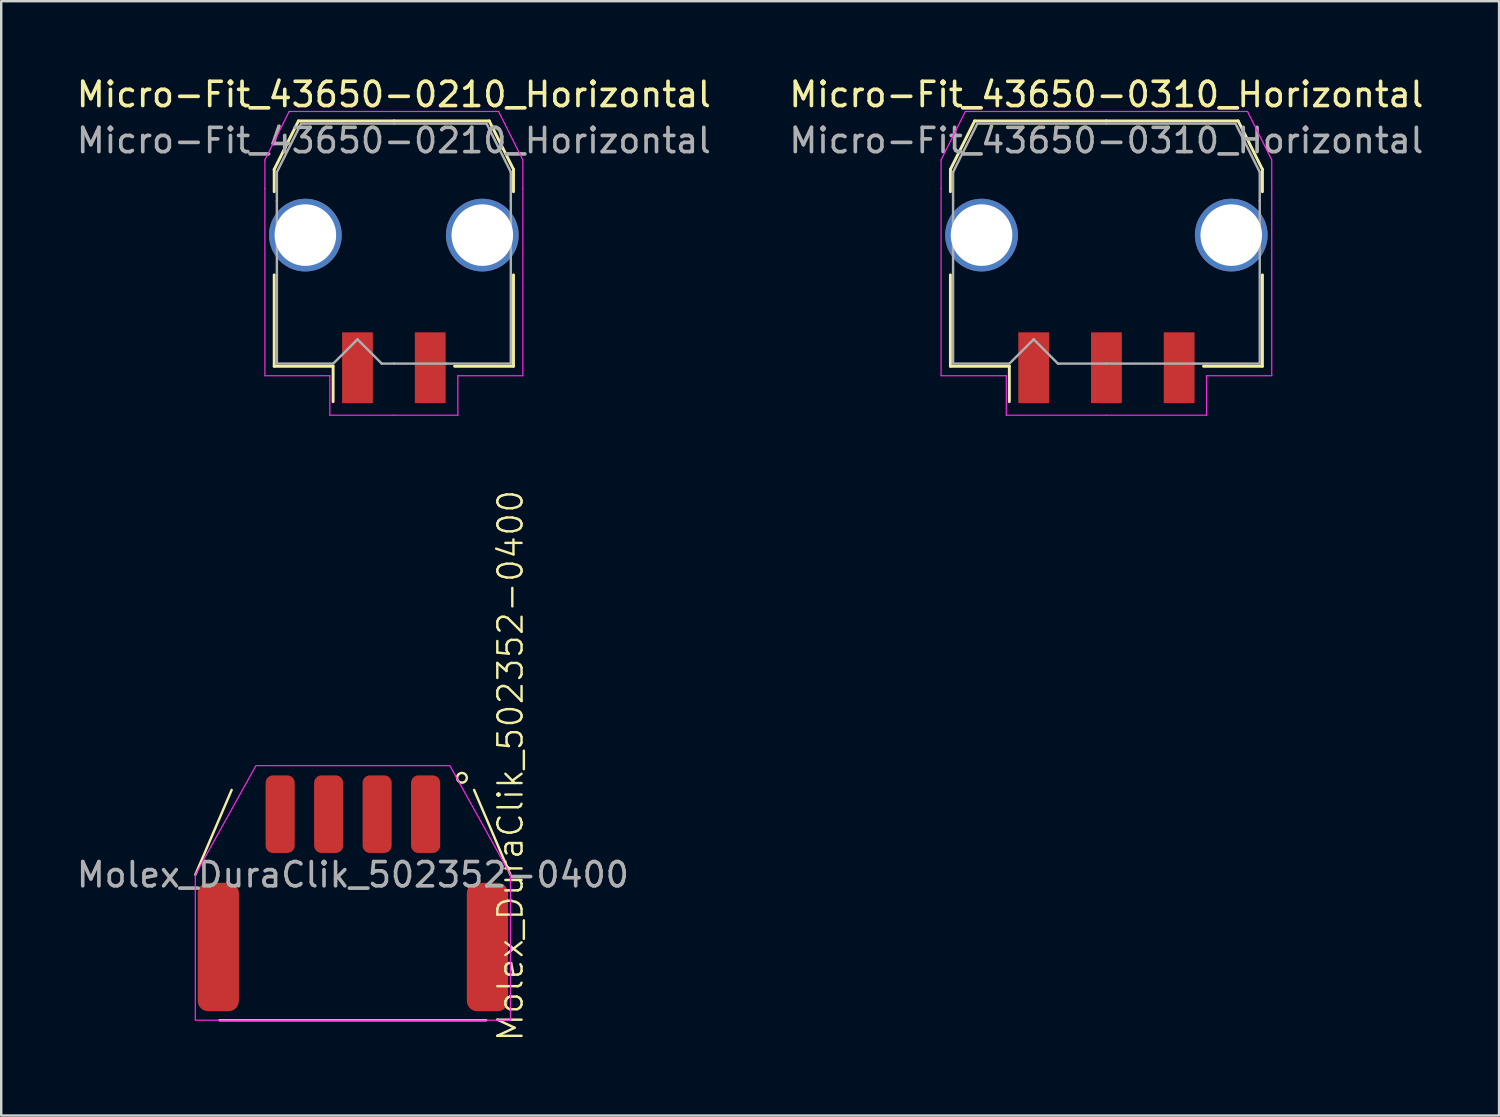
<source format=kicad_pcb>
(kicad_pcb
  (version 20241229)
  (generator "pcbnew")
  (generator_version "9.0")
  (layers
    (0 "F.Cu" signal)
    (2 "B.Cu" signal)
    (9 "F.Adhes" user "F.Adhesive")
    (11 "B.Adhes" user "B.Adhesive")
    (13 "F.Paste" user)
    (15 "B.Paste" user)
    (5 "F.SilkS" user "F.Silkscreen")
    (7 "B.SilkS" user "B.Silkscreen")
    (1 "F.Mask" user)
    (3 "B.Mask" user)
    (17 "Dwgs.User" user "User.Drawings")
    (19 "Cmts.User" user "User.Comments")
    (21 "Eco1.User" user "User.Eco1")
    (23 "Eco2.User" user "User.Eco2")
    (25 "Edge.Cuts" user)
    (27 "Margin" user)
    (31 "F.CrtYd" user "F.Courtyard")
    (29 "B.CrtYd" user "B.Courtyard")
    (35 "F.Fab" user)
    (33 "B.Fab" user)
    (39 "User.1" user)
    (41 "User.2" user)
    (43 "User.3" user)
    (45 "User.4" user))
  (footprint "Micro-Fit_43650-0310_Horizontal"
    (layer "F.Cu")
    (at 42.589 6.998)
    (property "Reference" "Micro-Fit_43650-0310_Horizontal" (at 0 -6.15 0) (layer "F.SilkS") (effects (font (size 1 1) (thickness 0.15))))
    (attr smd)
    (fp_line (start -6.435 -3.06) (end -6.435 -2.14) (stroke (width 0.12) (type solid)) (layer "F.SilkS"))
    (fp_line (start -6.435 1.29) (end -6.435 5.06) (stroke (width 0.12) (type solid)) (layer "F.SilkS"))
    (fp_line (start -6.435 5.06) (end -4.005 5.06) (stroke (width 0.12) (type solid)) (layer "F.SilkS"))
    (fp_line (start -5.435 -5.06) (end -6.435 -3.06) (stroke (width 0.12) (type solid)) (layer "F.SilkS"))
    (fp_line (start -4.005 5.06) (end -4.005 6.52) (stroke (width 0.12) (type solid)) (layer "F.SilkS"))
    (fp_line (start 0 -5.06) (end -5.435 -5.06) (stroke (width 0.12) (type solid)) (layer "F.SilkS"))
    (fp_line (start 0 -5.06) (end 5.435 -5.06) (stroke (width 0.12) (type solid)) (layer "F.SilkS"))
    (fp_line (start 5.435 -5.06) (end 6.435 -3.06) (stroke (width 0.12) (type solid)) (layer "F.SilkS"))
    (fp_line (start 6.435 -3.06) (end 6.435 -2.14) (stroke (width 0.12) (type solid)) (layer "F.SilkS"))
    (fp_line (start 6.435 1.29) (end 6.435 5.06) (stroke (width 0.12) (type solid)) (layer "F.SilkS"))
    (fp_line (start 6.435 5.06) (end 4.005 5.06) (stroke (width 0.12) (type solid)) (layer "F.SilkS"))
    (fp_line (start -6.82 -3.45) (end -6.82 -2.27) (stroke (width 0.05) (type solid)) (layer "F.CrtYd"))
    (fp_line (start -6.82 -2.27) (end -6.82 5.45) (stroke (width 0.05) (type solid)) (layer "F.CrtYd"))
    (fp_line (start -6.82 5.45) (end -4.13 5.45) (stroke (width 0.05) (type solid)) (layer "F.CrtYd"))
    (fp_line (start -5.82 -5.45) (end -6.82 -3.45) (stroke (width 0.05) (type solid)) (layer "F.CrtYd"))
    (fp_line (start -4.13 5.45) (end -4.13 7.08) (stroke (width 0.05) (type solid)) (layer "F.CrtYd"))
    (fp_line (start -4.13 7.08) (end 0 7.08) (stroke (width 0.05) (type solid)) (layer "F.CrtYd"))
    (fp_line (start 0 -5.45) (end -5.82 -5.45) (stroke (width 0.05) (type solid)) (layer "F.CrtYd"))
    (fp_line (start 0 -5.45) (end 5.82 -5.45) (stroke (width 0.05) (type solid)) (layer "F.CrtYd"))
    (fp_line (start 4.13 5.45) (end 4.13 7.08) (stroke (width 0.05) (type solid)) (layer "F.CrtYd"))
    (fp_line (start 4.13 7.08) (end 0 7.08) (stroke (width 0.05) (type solid)) (layer "F.CrtYd"))
    (fp_line (start 5.82 -5.45) (end 6.82 -3.45) (stroke (width 0.05) (type solid)) (layer "F.CrtYd"))
    (fp_line (start 6.82 -3.45) (end 6.82 -2.27) (stroke (width 0.05) (type solid)) (layer "F.CrtYd"))
    (fp_line (start 6.82 -2.27) (end 6.82 5.45) (stroke (width 0.05) (type solid)) (layer "F.CrtYd"))
    (fp_line (start 6.82 5.45) (end 4.13 5.45) (stroke (width 0.05) (type solid)) (layer "F.CrtYd"))
    (fp_line (start -6.325 -2.95) (end -6.325 -1.77) (stroke (width 0.1) (type solid)) (layer "F.Fab"))
    (fp_line (start -6.325 -1.77) (end -6.325 4.95) (stroke (width 0.1) (type solid)) (layer "F.Fab"))
    (fp_line (start -6.325 4.95) (end -4 4.95) (stroke (width 0.1) (type solid)) (layer "F.Fab"))
    (fp_line (start -5.325 -4.95) (end -6.325 -2.95) (stroke (width 0.1) (type solid)) (layer "F.Fab"))
    (fp_line (start -4 4.95) (end -3 3.95) (stroke (width 0.1) (type solid)) (layer "F.Fab"))
    (fp_line (start -3 3.95) (end -2 4.95) (stroke (width 0.1) (type solid)) (layer "F.Fab"))
    (fp_line (start -2 4.95) (end 0 4.95) (stroke (width 0.1) (type solid)) (layer "F.Fab"))
    (fp_line (start 0 -4.95) (end -5.325 -4.95) (stroke (width 0.1) (type solid)) (layer "F.Fab"))
    (fp_line (start 0 -4.95) (end 5.325 -4.95) (stroke (width 0.1) (type solid)) (layer "F.Fab"))
    (fp_line (start 3.635 4.95) (end 0 4.95) (stroke (width 0.1) (type solid)) (layer "F.Fab"))
    (fp_line (start 5.325 -4.95) (end 6.325 -2.95) (stroke (width 0.1) (type solid)) (layer "F.Fab"))
    (fp_line (start 6.325 -2.95) (end 6.325 -1.77) (stroke (width 0.1) (type solid)) (layer "F.Fab"))
    (fp_line (start 6.325 -1.77) (end 6.325 4.95) (stroke (width 0.1) (type solid)) (layer "F.Fab"))
    (fp_line (start 6.325 4.95) (end 3.635 4.95) (stroke (width 0.1) (type solid)) (layer "F.Fab"))
    (fp_text user "${REFERENCE}" (at 0 -4.25 0) (layer "F.Fab") (effects (font (size 1 1) (thickness 0.15))))
    (pad "1" smd rect (at -3 5.12) (size 1.27 2.92) (layers "F.Cu" "F.Mask" "F.Paste"))
    (pad "2" smd rect (at 0 5.12) (size 1.27 2.92) (layers "F.Cu" "F.Mask" "F.Paste"))
    (pad "3" smd rect (at 3 5.12) (size 1.27 2.92) (layers "F.Cu" "F.Mask" "F.Paste"))
    (pad "MP" thru_hole circle (at -5.15 -0.35) (size 3 3) (drill 2.54) (layers "*.Cu" "*.Mask"))
    (pad "MP" thru_hole circle (at 5.15 -0.35) (size 3 3) (drill 2.54) (layers "*.Cu" "*.Mask")))
  (footprint "Molex_DuraClik_502352-0400"
    (layer "F.Cu")
    (at 11.506 30.534)
    (property "Reference" "Molex_DuraClik_502352-0400" (at 6.5 -2 90) (unlocked yes) (layer "F.SilkS") (effects (font (size 1 1) (thickness 0.1))))
    (attr smd)
    (fp_line (start -5 -1) (end -6.5 2.5) (stroke (width 0.1) (type default)) (layer "F.SilkS"))
    (fp_line (start 5 -1) (end 6.5 2.5) (stroke (width 0.1) (type default)) (layer "F.SilkS"))
    (fp_line (start 5.5 8.5) (end -5.5 8.5) (stroke (width 0.1) (type default)) (layer "F.SilkS"))
    (fp_circle (center 4.5 -1.5) (end 4.5 -1.7) (stroke (width 0.1) (type default)) (fill no) (layer "F.SilkS"))
    (fp_poly (pts (xy -6.5 8.5) (xy 6.5 8.5) (xy 6.5 2.5) (xy 4 -2) (xy -4 -2) (xy -6.5 2.5)) (stroke (width 0.05) (type solid)) (fill no) (layer "F.CrtYd"))
    (fp_text user "${REFERENCE}" (at 0 2.5 0) (unlocked yes) (layer "F.Fab") (effects (font (size 1 1) (thickness 0.15))))
    (pad "1" smd roundrect (at 3 0) (size 1.2 3.2) (layers "F.Cu" "F.Mask" "F.Paste") (roundrect_rratio 0.25))
    (pad "2" smd roundrect (at 1 0) (size 1.2 3.2) (layers "F.Cu" "F.Mask" "F.Paste") (roundrect_rratio 0.25))
    (pad "3" smd roundrect (at -1 0) (size 1.2 3.2) (layers "F.Cu" "F.Mask" "F.Paste") (roundrect_rratio 0.25))
    (pad "4" smd roundrect (at -3 0) (size 1.2 3.2) (layers "F.Cu" "F.Mask" "F.Paste") (roundrect_rratio 0.25))
    (pad "MP" smd roundrect (at -5.55 5.48) (size 1.7 5.3) (layers "F.Cu" "F.Mask" "F.Paste") (roundrect_rratio 0.25))
    (pad "MP" smd roundrect (at 5.55 5.48) (size 1.7 5.3) (layers "F.Cu" "F.Mask" "F.Paste") (roundrect_rratio 0.25)))
  (footprint "Micro-Fit_43650-0210_Horizontal"
    (layer "F.Cu")
    (at 13.196 6.998)
    (property "Reference" "Micro-Fit_43650-0210_Horizontal" (at 0 -6.15 0) (layer "F.SilkS") (effects (font (size 1 1) (thickness 0.15))))
    (attr smd)
    (fp_line (start -4.935 -3.06) (end -4.935 -2.14) (stroke (width 0.12) (type solid)) (layer "F.SilkS"))
    (fp_line (start -4.935 1.29) (end -4.935 5.06) (stroke (width 0.12) (type solid)) (layer "F.SilkS"))
    (fp_line (start -4.935 5.06) (end -2.505 5.06) (stroke (width 0.12) (type solid)) (layer "F.SilkS"))
    (fp_line (start -3.935 -5.06) (end -4.935 -3.06) (stroke (width 0.12) (type solid)) (layer "F.SilkS"))
    (fp_line (start -2.505 5.06) (end -2.505 6.52) (stroke (width 0.12) (type solid)) (layer "F.SilkS"))
    (fp_line (start 0 -5.06) (end -3.935 -5.06) (stroke (width 0.12) (type solid)) (layer "F.SilkS"))
    (fp_line (start 0 -5.06) (end 3.935 -5.06) (stroke (width 0.12) (type solid)) (layer "F.SilkS"))
    (fp_line (start 3.935 -5.06) (end 4.935 -3.06) (stroke (width 0.12) (type solid)) (layer "F.SilkS"))
    (fp_line (start 4.935 -3.06) (end 4.935 -2.14) (stroke (width 0.12) (type solid)) (layer "F.SilkS"))
    (fp_line (start 4.935 1.29) (end 4.935 5.06) (stroke (width 0.12) (type solid)) (layer "F.SilkS"))
    (fp_line (start 4.935 5.06) (end 2.505 5.06) (stroke (width 0.12) (type solid)) (layer "F.SilkS"))
    (fp_line (start -5.32 -3.45) (end -5.32 -2.27) (stroke (width 0.05) (type solid)) (layer "F.CrtYd"))
    (fp_line (start -5.32 -2.27) (end -5.32 5.45) (stroke (width 0.05) (type solid)) (layer "F.CrtYd"))
    (fp_line (start -5.32 5.45) (end -2.64 5.45) (stroke (width 0.05) (type solid)) (layer "F.CrtYd"))
    (fp_line (start -4.32 -5.45) (end -5.32 -3.45) (stroke (width 0.05) (type solid)) (layer "F.CrtYd"))
    (fp_line (start -2.64 5.45) (end -2.64 7.08) (stroke (width 0.05) (type solid)) (layer "F.CrtYd"))
    (fp_line (start -2.64 7.08) (end 0 7.08) (stroke (width 0.05) (type solid)) (layer "F.CrtYd"))
    (fp_line (start 0 -5.45) (end -4.32 -5.45) (stroke (width 0.05) (type solid)) (layer "F.CrtYd"))
    (fp_line (start 0 -5.45) (end 4.32 -5.45) (stroke (width 0.05) (type solid)) (layer "F.CrtYd"))
    (fp_line (start 2.64 5.45) (end 2.64 7.08) (stroke (width 0.05) (type solid)) (layer "F.CrtYd"))
    (fp_line (start 2.64 7.08) (end 0 7.08) (stroke (width 0.05) (type solid)) (layer "F.CrtYd"))
    (fp_line (start 4.32 -5.45) (end 5.32 -3.45) (stroke (width 0.05) (type solid)) (layer "F.CrtYd"))
    (fp_line (start 5.32 -3.45) (end 5.32 -2.27) (stroke (width 0.05) (type solid)) (layer "F.CrtYd"))
    (fp_line (start 5.32 -2.27) (end 5.32 5.45) (stroke (width 0.05) (type solid)) (layer "F.CrtYd"))
    (fp_line (start 5.32 5.45) (end 2.64 5.45) (stroke (width 0.05) (type solid)) (layer "F.CrtYd"))
    (fp_line (start -4.825 -2.95) (end -4.825 -1.77) (stroke (width 0.1) (type solid)) (layer "F.Fab"))
    (fp_line (start -4.825 -1.77) (end -4.825 4.95) (stroke (width 0.1) (type solid)) (layer "F.Fab"))
    (fp_line (start -4.825 4.95) (end -2.5 4.95) (stroke (width 0.1) (type solid)) (layer "F.Fab"))
    (fp_line (start -3.825 -4.95) (end -4.825 -2.95) (stroke (width 0.1) (type solid)) (layer "F.Fab"))
    (fp_line (start -2.5 4.95) (end -1.5 3.95) (stroke (width 0.1) (type solid)) (layer "F.Fab"))
    (fp_line (start -1.5 3.95) (end -0.5 4.95) (stroke (width 0.1) (type solid)) (layer "F.Fab"))
    (fp_line (start -0.5 4.95) (end 0 4.95) (stroke (width 0.1) (type solid)) (layer "F.Fab"))
    (fp_line (start 0 -4.95) (end -3.825 -4.95) (stroke (width 0.1) (type solid)) (layer "F.Fab"))
    (fp_line (start 0 -4.95) (end 3.825 -4.95) (stroke (width 0.1) (type solid)) (layer "F.Fab"))
    (fp_line (start 2.135 4.95) (end 0 4.95) (stroke (width 0.1) (type solid)) (layer "F.Fab"))
    (fp_line (start 3.825 -4.95) (end 4.825 -2.95) (stroke (width 0.1) (type solid)) (layer "F.Fab"))
    (fp_line (start 4.825 -2.95) (end 4.825 -1.77) (stroke (width 0.1) (type solid)) (layer "F.Fab"))
    (fp_line (start 4.825 -1.77) (end 4.825 4.95) (stroke (width 0.1) (type solid)) (layer "F.Fab"))
    (fp_line (start 4.825 4.95) (end 2.135 4.95) (stroke (width 0.1) (type solid)) (layer "F.Fab"))
    (fp_text user "${REFERENCE}" (at 0 -4.25 0) (layer "F.Fab") (effects (font (size 1 1) (thickness 0.15))))
    (pad "1" smd rect (at -1.5 5.12) (size 1.27 2.92) (layers "F.Cu" "F.Mask" "F.Paste"))
    (pad "2" smd rect (at 1.5 5.12) (size 1.27 2.92) (layers "F.Cu" "F.Mask" "F.Paste"))
    (pad "MP" thru_hole circle (at -3.65 -0.35) (size 3 3) (drill 2.54) (layers "*.Cu" "*.Mask"))
    (pad "MP" thru_hole circle (at 3.65 -0.35) (size 3 3) (drill 2.54) (layers "*.Cu" "*.Mask")))
  (gr_rect
    (start -3 -3)
    (end 58.786 42.965)
    (stroke (width 0.1) (type default))
    (fill no)
    (layer "Edge.Cuts")))
</source>
